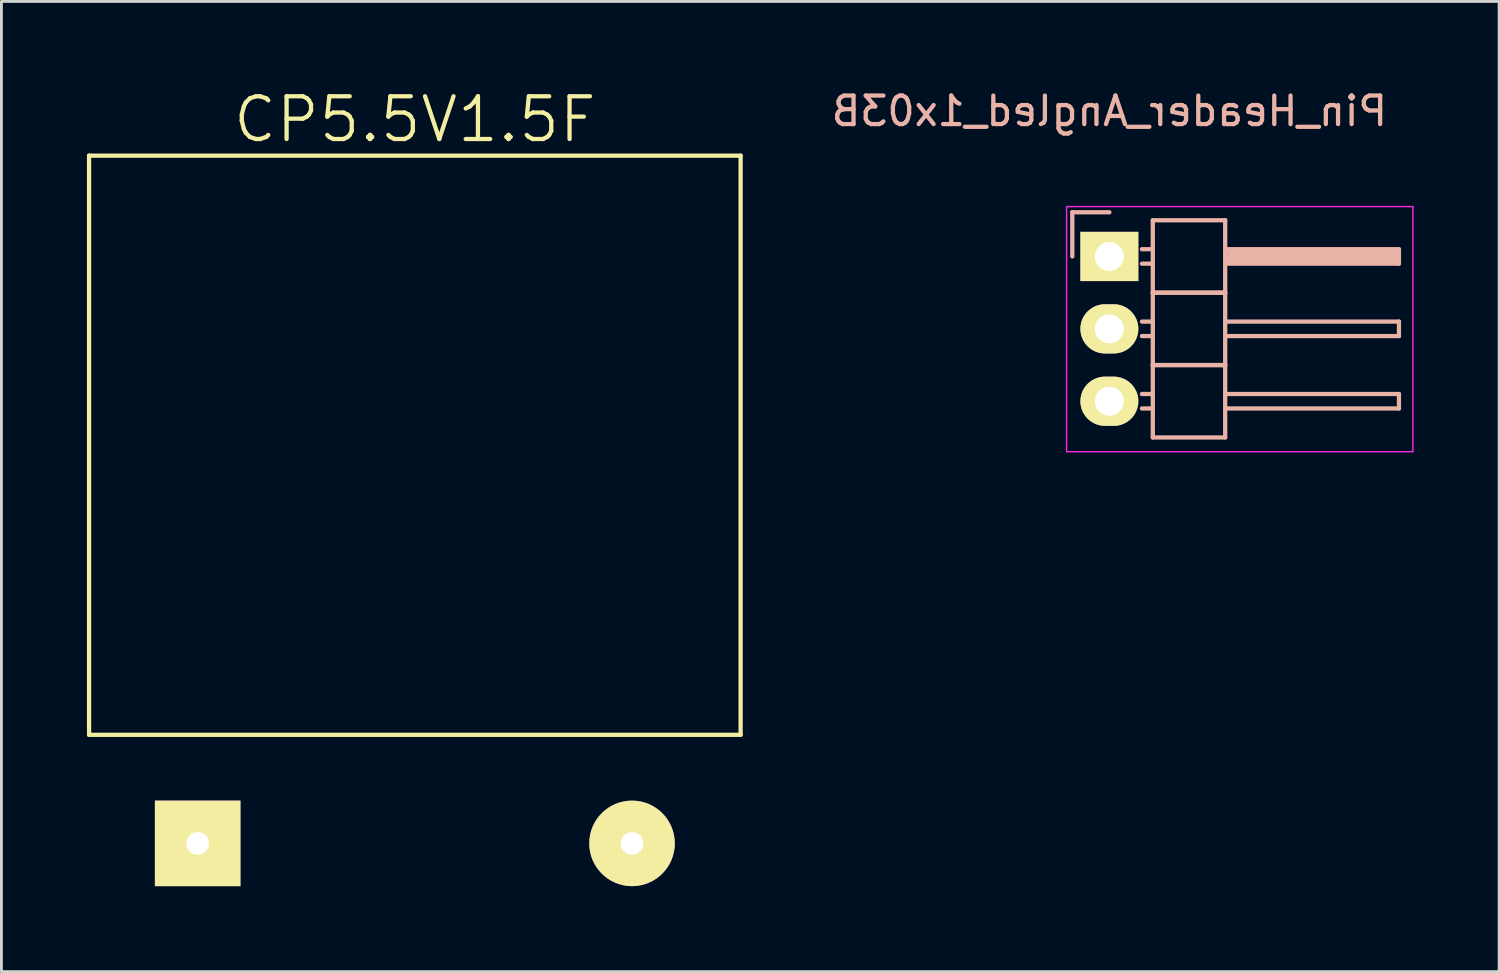
<source format=kicad_pcb>
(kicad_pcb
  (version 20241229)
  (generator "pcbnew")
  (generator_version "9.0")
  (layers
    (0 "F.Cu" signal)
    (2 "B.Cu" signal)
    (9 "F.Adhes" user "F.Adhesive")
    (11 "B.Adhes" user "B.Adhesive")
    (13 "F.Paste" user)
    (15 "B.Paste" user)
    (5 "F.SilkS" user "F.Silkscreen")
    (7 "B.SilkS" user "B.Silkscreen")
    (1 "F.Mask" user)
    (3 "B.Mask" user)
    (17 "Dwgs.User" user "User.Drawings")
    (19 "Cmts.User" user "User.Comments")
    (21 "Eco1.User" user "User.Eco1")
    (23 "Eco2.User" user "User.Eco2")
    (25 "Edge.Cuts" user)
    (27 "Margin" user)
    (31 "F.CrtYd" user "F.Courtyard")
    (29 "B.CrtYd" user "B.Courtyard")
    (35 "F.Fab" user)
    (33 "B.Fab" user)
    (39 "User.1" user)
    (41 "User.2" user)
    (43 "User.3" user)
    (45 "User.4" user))
  (footprint "Pin_Header_Angled_1x03B"
    (layer "F.Cu")
    (at 35.873 5.948)
    (property "Reference" "Pin_Header_Angled_1x03B" (at 0 -5.1 0) (layer "B.SilkS") (effects (font (size 1 1) (thickness 0.15)) (justify mirror)))
    (attr through_hole)
    (fp_line (start -1.3 -1.55) (end -1.3 0) (stroke (width 0.15) (type solid)) (layer "B.SilkS"))
    (fp_line (start 0 -1.55) (end -1.3 -1.55) (stroke (width 0.15) (type solid)) (layer "B.SilkS"))
    (fp_line (start 1.524 -1.27) (end 1.524 1.27) (stroke (width 0.15) (type solid)) (layer "B.SilkS"))
    (fp_line (start 1.524 -1.27) (end 4.064 -1.27) (stroke (width 0.15) (type solid)) (layer "B.SilkS"))
    (fp_line (start 1.524 -0.254) (end 1.143 -0.254) (stroke (width 0.15) (type solid)) (layer "B.SilkS"))
    (fp_line (start 1.524 0.254) (end 1.143 0.254) (stroke (width 0.15) (type solid)) (layer "B.SilkS"))
    (fp_line (start 1.524 1.27) (end 1.524 3.81) (stroke (width 0.15) (type solid)) (layer "B.SilkS"))
    (fp_line (start 1.524 1.27) (end 4.064 1.27) (stroke (width 0.15) (type solid)) (layer "B.SilkS"))
    (fp_line (start 1.524 1.27) (end 4.064 1.27) (stroke (width 0.15) (type solid)) (layer "B.SilkS"))
    (fp_line (start 1.524 2.286) (end 1.143 2.286) (stroke (width 0.15) (type solid)) (layer "B.SilkS"))
    (fp_line (start 1.524 2.794) (end 1.143 2.794) (stroke (width 0.15) (type solid)) (layer "B.SilkS"))
    (fp_line (start 1.524 3.81) (end 1.524 6.35) (stroke (width 0.15) (type solid)) (layer "B.SilkS"))
    (fp_line (start 1.524 3.81) (end 4.064 3.81) (stroke (width 0.15) (type solid)) (layer "B.SilkS"))
    (fp_line (start 1.524 3.81) (end 4.064 3.81) (stroke (width 0.15) (type solid)) (layer "B.SilkS"))
    (fp_line (start 1.524 4.826) (end 1.143 4.826) (stroke (width 0.15) (type solid)) (layer "B.SilkS"))
    (fp_line (start 1.524 5.334) (end 1.143 5.334) (stroke (width 0.15) (type solid)) (layer "B.SilkS"))
    (fp_line (start 1.524 6.35) (end 4.064 6.35) (stroke (width 0.15) (type solid)) (layer "B.SilkS"))
    (fp_line (start 4.064 -0.254) (end 10.16 -0.254) (stroke (width 0.15) (type solid)) (layer "B.SilkS"))
    (fp_line (start 4.064 1.27) (end 4.064 -1.27) (stroke (width 0.15) (type solid)) (layer "B.SilkS"))
    (fp_line (start 4.064 2.286) (end 10.16 2.286) (stroke (width 0.15) (type solid)) (layer "B.SilkS"))
    (fp_line (start 4.064 3.81) (end 4.064 1.27) (stroke (width 0.15) (type solid)) (layer "B.SilkS"))
    (fp_line (start 4.064 4.826) (end 10.16 4.826) (stroke (width 0.15) (type solid)) (layer "B.SilkS"))
    (fp_line (start 4.064 6.35) (end 4.064 3.81) (stroke (width 0.15) (type solid)) (layer "B.SilkS"))
    (fp_line (start 4.191 -0.127) (end 10.033 -0.127) (stroke (width 0.15) (type solid)) (layer "B.SilkS"))
    (fp_line (start 4.191 0) (end 10.033 0) (stroke (width 0.15) (type solid)) (layer "B.SilkS"))
    (fp_line (start 4.191 0.127) (end 4.191 0) (stroke (width 0.15) (type solid)) (layer "B.SilkS"))
    (fp_line (start 10.033 -0.127) (end 10.033 0.127) (stroke (width 0.15) (type solid)) (layer "B.SilkS"))
    (fp_line (start 10.033 0.127) (end 4.191 0.127) (stroke (width 0.15) (type solid)) (layer "B.SilkS"))
    (fp_line (start 10.16 -0.254) (end 10.16 0.254) (stroke (width 0.15) (type solid)) (layer "B.SilkS"))
    (fp_line (start 10.16 0.254) (end 4.064 0.254) (stroke (width 0.15) (type solid)) (layer "B.SilkS"))
    (fp_line (start 10.16 2.286) (end 10.16 2.794) (stroke (width 0.15) (type solid)) (layer "B.SilkS"))
    (fp_line (start 10.16 2.794) (end 4.064 2.794) (stroke (width 0.15) (type solid)) (layer "B.SilkS"))
    (fp_line (start 10.16 4.826) (end 10.16 5.334) (stroke (width 0.15) (type solid)) (layer "B.SilkS"))
    (fp_line (start 10.16 5.334) (end 4.064 5.334) (stroke (width 0.15) (type solid)) (layer "B.SilkS"))
    (fp_line (start -1.5 -1.75) (end -1.5 6.85) (stroke (width 0.05) (type solid)) (layer "F.CrtYd"))
    (fp_line (start -1.5 -1.75) (end 10.65 -1.75) (stroke (width 0.05) (type solid)) (layer "F.CrtYd"))
    (fp_line (start -1.5 6.85) (end 10.65 6.85) (stroke (width 0.05) (type solid)) (layer "F.CrtYd"))
    (fp_line (start 10.65 -1.75) (end 10.65 6.85) (stroke (width 0.05) (type solid)) (layer "F.CrtYd"))
    (pad "1" thru_hole rect (at 0 0) (size 2.032 1.727) (drill 1.016) (layers "*.Cu" "*.Mask" "F.SilkS"))
    (pad "2" thru_hole oval (at 0 2.54) (size 2.032 1.727) (drill 1.016) (layers "*.Cu" "*.Mask" "F.SilkS"))
    (pad "3" thru_hole oval (at 0 5.08) (size 2.032 1.727) (drill 1.016) (layers "*.Cu" "*.Mask" "F.SilkS")))
  (footprint "CP5.5V1.5F"
    (layer "F.Cu")
    (at 11.505 26.541)
    (property "Reference" "CP5.5V1.5F" (at 0 -25.4 0) (layer "F.SilkS") (effects (font (size 1.5 1.5) (thickness 0.15))))
    (attr through_hole)
    (fp_line (start -11.43 -24.13) (end -11.43 -3.81) (stroke (width 0.15) (type solid)) (layer "F.SilkS"))
    (fp_line (start -11.43 -3.81) (end 11.43 -3.81) (stroke (width 0.15) (type solid)) (layer "F.SilkS"))
    (fp_line (start 11.43 -24.13) (end -11.43 -24.13) (stroke (width 0.15) (type solid)) (layer "F.SilkS"))
    (fp_line (start 11.43 -3.81) (end 11.43 -24.13) (stroke (width 0.15) (type solid)) (layer "F.SilkS"))
    (pad "1" thru_hole rect (at -7.62 0) (size 3 3) (drill 0.8) (layers "*.Cu" "*.Mask" "F.SilkS"))
    (pad "2" thru_hole circle (at 7.62 0) (size 3 3) (drill 0.8) (layers "*.Cu" "*.Mask" "F.SilkS")))
  (gr_rect
    (start -3 -3)
    (end 49.548 31.041)
    (stroke (width 0.1) (type default))
    (fill no)
    (layer "Edge.Cuts")))
</source>
